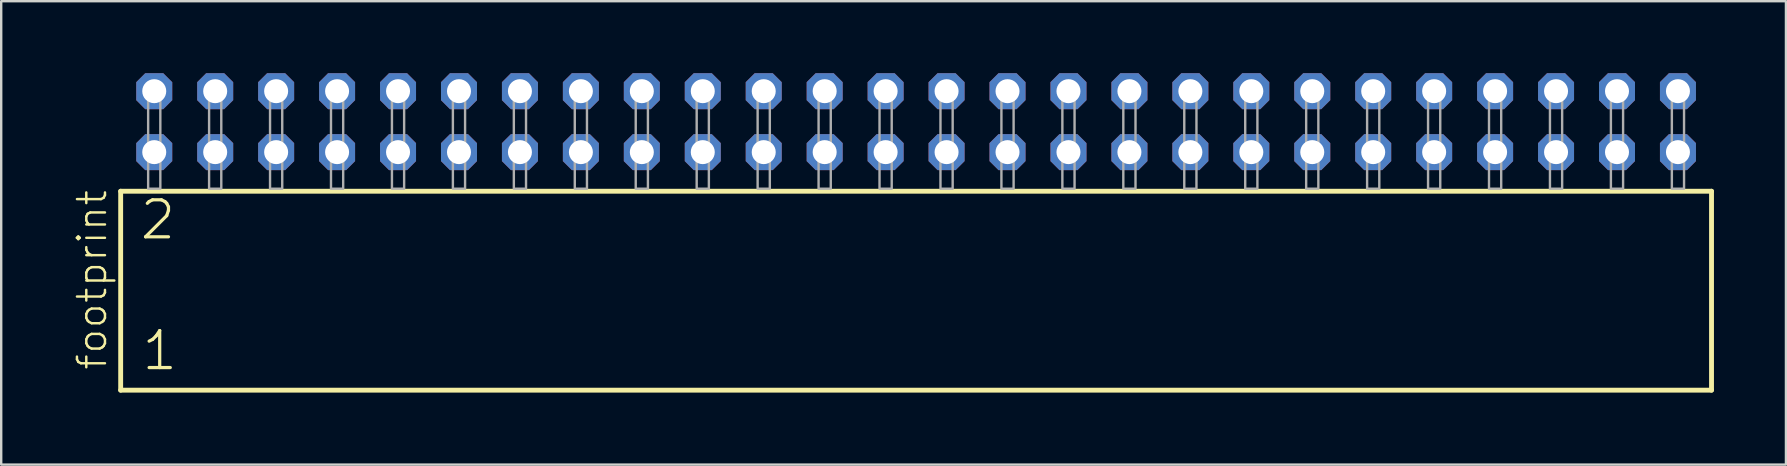
<source format=kicad_pcb>
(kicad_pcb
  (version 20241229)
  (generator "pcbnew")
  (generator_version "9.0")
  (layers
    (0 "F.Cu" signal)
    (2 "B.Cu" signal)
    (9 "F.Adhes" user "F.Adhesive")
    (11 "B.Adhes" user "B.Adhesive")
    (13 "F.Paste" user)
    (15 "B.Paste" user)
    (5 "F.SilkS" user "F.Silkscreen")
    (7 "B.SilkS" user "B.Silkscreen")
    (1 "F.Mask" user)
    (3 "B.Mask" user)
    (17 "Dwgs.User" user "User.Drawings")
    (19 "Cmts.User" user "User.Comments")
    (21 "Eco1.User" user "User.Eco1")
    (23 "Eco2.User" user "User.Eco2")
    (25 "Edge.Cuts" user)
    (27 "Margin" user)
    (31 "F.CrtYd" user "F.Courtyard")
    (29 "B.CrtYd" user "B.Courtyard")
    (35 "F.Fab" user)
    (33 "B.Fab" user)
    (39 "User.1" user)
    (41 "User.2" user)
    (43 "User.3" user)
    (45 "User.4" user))
  (footprint "footprint"
    (layer "F.Cu")
    (at 35.128 4.814)
    (property "Reference" "footprint" (at -33.655 7.62 90) (layer "F.SilkS") (effects (font (size 1.168 1.168) (thickness 0.102)) (justify left bottom)))
    (fp_line (start -33.149 0.106) (end -33.149 8.396) (stroke (width 0.203) (type solid)) (layer "F.SilkS"))
    (fp_line (start -33.149 8.396) (end 33.149 8.396) (stroke (width 0.203) (type solid)) (layer "F.SilkS"))
    (fp_line (start 33.149 0.106) (end -33.149 0.106) (stroke (width 0.203) (type solid)) (layer "F.SilkS"))
    (fp_line (start 33.149 8.396) (end 33.149 0.106) (stroke (width 0.203) (type solid)) (layer "F.SilkS"))
    (fp_poly (pts (xy -32.004 0) (xy -31.496 0) (xy -31.496 -4.318) (xy -32.004 -4.318)) (stroke (width 0.1) (type solid)) (fill no) (layer "F.Fab"))
    (fp_poly (pts (xy -29.464 0) (xy -28.956 0) (xy -28.956 -4.318) (xy -29.464 -4.318)) (stroke (width 0.1) (type solid)) (fill no) (layer "F.Fab"))
    (fp_poly (pts (xy -26.924 0) (xy -26.416 0) (xy -26.416 -4.318) (xy -26.924 -4.318)) (stroke (width 0.1) (type solid)) (fill no) (layer "F.Fab"))
    (fp_poly (pts (xy -24.384 0) (xy -23.876 0) (xy -23.876 -4.318) (xy -24.384 -4.318)) (stroke (width 0.1) (type solid)) (fill no) (layer "F.Fab"))
    (fp_poly (pts (xy -21.844 0) (xy -21.336 0) (xy -21.336 -4.318) (xy -21.844 -4.318)) (stroke (width 0.1) (type solid)) (fill no) (layer "F.Fab"))
    (fp_poly (pts (xy -19.304 0) (xy -18.796 0) (xy -18.796 -4.318) (xy -19.304 -4.318)) (stroke (width 0.1) (type solid)) (fill no) (layer "F.Fab"))
    (fp_poly (pts (xy -16.764 0) (xy -16.256 0) (xy -16.256 -4.318) (xy -16.764 -4.318)) (stroke (width 0.1) (type solid)) (fill no) (layer "F.Fab"))
    (fp_poly (pts (xy -14.224 0) (xy -13.716 0) (xy -13.716 -4.318) (xy -14.224 -4.318)) (stroke (width 0.1) (type solid)) (fill no) (layer "F.Fab"))
    (fp_poly (pts (xy -11.684 0) (xy -11.176 0) (xy -11.176 -4.318) (xy -11.684 -4.318)) (stroke (width 0.1) (type solid)) (fill no) (layer "F.Fab"))
    (fp_poly (pts (xy -9.144 0) (xy -8.636 0) (xy -8.636 -4.318) (xy -9.144 -4.318)) (stroke (width 0.1) (type solid)) (fill no) (layer "F.Fab"))
    (fp_poly (pts (xy -6.604 0) (xy -6.096 0) (xy -6.096 -4.318) (xy -6.604 -4.318)) (stroke (width 0.1) (type solid)) (fill no) (layer "F.Fab"))
    (fp_poly (pts (xy -4.064 0) (xy -3.556 0) (xy -3.556 -4.318) (xy -4.064 -4.318)) (stroke (width 0.1) (type solid)) (fill no) (layer "F.Fab"))
    (fp_poly (pts (xy -1.524 0) (xy -1.016 0) (xy -1.016 -4.318) (xy -1.524 -4.318)) (stroke (width 0.1) (type solid)) (fill no) (layer "F.Fab"))
    (fp_poly (pts (xy 1.016 0) (xy 1.524 0) (xy 1.524 -4.318) (xy 1.016 -4.318)) (stroke (width 0.1) (type solid)) (fill no) (layer "F.Fab"))
    (fp_poly (pts (xy 3.556 0) (xy 4.064 0) (xy 4.064 -4.318) (xy 3.556 -4.318)) (stroke (width 0.1) (type solid)) (fill no) (layer "F.Fab"))
    (fp_poly (pts (xy 6.096 0) (xy 6.604 0) (xy 6.604 -4.318) (xy 6.096 -4.318)) (stroke (width 0.1) (type solid)) (fill no) (layer "F.Fab"))
    (fp_poly (pts (xy 8.636 0) (xy 9.144 0) (xy 9.144 -4.318) (xy 8.636 -4.318)) (stroke (width 0.1) (type solid)) (fill no) (layer "F.Fab"))
    (fp_poly (pts (xy 11.176 0) (xy 11.684 0) (xy 11.684 -4.318) (xy 11.176 -4.318)) (stroke (width 0.1) (type solid)) (fill no) (layer "F.Fab"))
    (fp_poly (pts (xy 13.716 0) (xy 14.224 0) (xy 14.224 -4.318) (xy 13.716 -4.318)) (stroke (width 0.1) (type solid)) (fill no) (layer "F.Fab"))
    (fp_poly (pts (xy 16.256 0) (xy 16.764 0) (xy 16.764 -4.318) (xy 16.256 -4.318)) (stroke (width 0.1) (type solid)) (fill no) (layer "F.Fab"))
    (fp_poly (pts (xy 18.796 0) (xy 19.304 0) (xy 19.304 -4.318) (xy 18.796 -4.318)) (stroke (width 0.1) (type solid)) (fill no) (layer "F.Fab"))
    (fp_poly (pts (xy 21.336 0) (xy 21.844 0) (xy 21.844 -4.318) (xy 21.336 -4.318)) (stroke (width 0.1) (type solid)) (fill no) (layer "F.Fab"))
    (fp_poly (pts (xy 23.876 0) (xy 24.384 0) (xy 24.384 -4.318) (xy 23.876 -4.318)) (stroke (width 0.1) (type solid)) (fill no) (layer "F.Fab"))
    (fp_poly (pts (xy 26.416 0) (xy 26.924 0) (xy 26.924 -4.318) (xy 26.416 -4.318)) (stroke (width 0.1) (type solid)) (fill no) (layer "F.Fab"))
    (fp_poly (pts (xy 28.956 0) (xy 29.464 0) (xy 29.464 -4.318) (xy 28.956 -4.318)) (stroke (width 0.1) (type solid)) (fill no) (layer "F.Fab"))
    (fp_poly (pts (xy 31.496 0) (xy 32.004 0) (xy 32.004 -4.318) (xy 31.496 -4.318)) (stroke (width 0.1) (type solid)) (fill no) (layer "F.Fab"))
    (fp_text user "2" (at -32.42 2.2 0) (layer "F.SilkS") (effects (font (size 1.542 1.542) (thickness 0.134)) (justify left bottom)))
    (fp_text user "1" (at -32.345 7.65 0) (layer "F.SilkS") (effects (font (size 1.542 1.542) (thickness 0.134)) (justify left bottom)))
    (pad "1" thru_hole roundrect (at -31.75 -1.524) (size 1.5 1.5) (drill 1) (layers "*.Cu" "*.Mask") (roundrect_rratio 0.25) (chamfer_ratio 0.25) (chamfer top_left top_right bottom_left bottom_right))
    (pad "2" thru_hole roundrect (at -31.75 -4.064) (size 1.5 1.5) (drill 1) (layers "*.Cu" "*.Mask") (roundrect_rratio 0.25) (chamfer_ratio 0.25) (chamfer top_left top_right bottom_left bottom_right))
    (pad "3" thru_hole roundrect (at -29.21 -1.524) (size 1.5 1.5) (drill 1) (layers "*.Cu" "*.Mask") (roundrect_rratio 0.25) (chamfer_ratio 0.25) (chamfer top_left top_right bottom_left bottom_right))
    (pad "4" thru_hole roundrect (at -29.21 -4.064) (size 1.5 1.5) (drill 1) (layers "*.Cu" "*.Mask") (roundrect_rratio 0.25) (chamfer_ratio 0.25) (chamfer top_left top_right bottom_left bottom_right))
    (pad "5" thru_hole roundrect (at -26.67 -1.524) (size 1.5 1.5) (drill 1) (layers "*.Cu" "*.Mask") (roundrect_rratio 0.25) (chamfer_ratio 0.25) (chamfer top_left top_right bottom_left bottom_right))
    (pad "6" thru_hole roundrect (at -26.67 -4.064) (size 1.5 1.5) (drill 1) (layers "*.Cu" "*.Mask") (roundrect_rratio 0.25) (chamfer_ratio 0.25) (chamfer top_left top_right bottom_left bottom_right))
    (pad "7" thru_hole roundrect (at -24.13 -1.524) (size 1.5 1.5) (drill 1) (layers "*.Cu" "*.Mask") (roundrect_rratio 0.25) (chamfer_ratio 0.25) (chamfer top_left top_right bottom_left bottom_right))
    (pad "8" thru_hole roundrect (at -24.13 -4.064) (size 1.5 1.5) (drill 1) (layers "*.Cu" "*.Mask") (roundrect_rratio 0.25) (chamfer_ratio 0.25) (chamfer top_left top_right bottom_left bottom_right))
    (pad "9" thru_hole roundrect (at -21.59 -1.524) (size 1.5 1.5) (drill 1) (layers "*.Cu" "*.Mask") (roundrect_rratio 0.25) (chamfer_ratio 0.25) (chamfer top_left top_right bottom_left bottom_right))
    (pad "10" thru_hole roundrect (at -21.59 -4.064) (size 1.5 1.5) (drill 1) (layers "*.Cu" "*.Mask") (roundrect_rratio 0.25) (chamfer_ratio 0.25) (chamfer top_left top_right bottom_left bottom_right))
    (pad "11" thru_hole roundrect (at -19.05 -1.524) (size 1.5 1.5) (drill 1) (layers "*.Cu" "*.Mask") (roundrect_rratio 0.25) (chamfer_ratio 0.25) (chamfer top_left top_right bottom_left bottom_right))
    (pad "12" thru_hole roundrect (at -19.05 -4.064) (size 1.5 1.5) (drill 1) (layers "*.Cu" "*.Mask") (roundrect_rratio 0.25) (chamfer_ratio 0.25) (chamfer top_left top_right bottom_left bottom_right))
    (pad "13" thru_hole roundrect (at -16.51 -1.524) (size 1.5 1.5) (drill 1) (layers "*.Cu" "*.Mask") (roundrect_rratio 0.25) (chamfer_ratio 0.25) (chamfer top_left top_right bottom_left bottom_right))
    (pad "14" thru_hole roundrect (at -16.51 -4.064) (size 1.5 1.5) (drill 1) (layers "*.Cu" "*.Mask") (roundrect_rratio 0.25) (chamfer_ratio 0.25) (chamfer top_left top_right bottom_left bottom_right))
    (pad "15" thru_hole roundrect (at -13.97 -1.524) (size 1.5 1.5) (drill 1) (layers "*.Cu" "*.Mask") (roundrect_rratio 0.25) (chamfer_ratio 0.25) (chamfer top_left top_right bottom_left bottom_right))
    (pad "16" thru_hole roundrect (at -13.97 -4.064) (size 1.5 1.5) (drill 1) (layers "*.Cu" "*.Mask") (roundrect_rratio 0.25) (chamfer_ratio 0.25) (chamfer top_left top_right bottom_left bottom_right))
    (pad "17" thru_hole roundrect (at -11.43 -1.524) (size 1.5 1.5) (drill 1) (layers "*.Cu" "*.Mask") (roundrect_rratio 0.25) (chamfer_ratio 0.25) (chamfer top_left top_right bottom_left bottom_right))
    (pad "18" thru_hole roundrect (at -11.43 -4.064) (size 1.5 1.5) (drill 1) (layers "*.Cu" "*.Mask") (roundrect_rratio 0.25) (chamfer_ratio 0.25) (chamfer top_left top_right bottom_left bottom_right))
    (pad "19" thru_hole roundrect (at -8.89 -1.524) (size 1.5 1.5) (drill 1) (layers "*.Cu" "*.Mask") (roundrect_rratio 0.25) (chamfer_ratio 0.25) (chamfer top_left top_right bottom_left bottom_right))
    (pad "20" thru_hole roundrect (at -8.89 -4.064) (size 1.5 1.5) (drill 1) (layers "*.Cu" "*.Mask") (roundrect_rratio 0.25) (chamfer_ratio 0.25) (chamfer top_left top_right bottom_left bottom_right))
    (pad "21" thru_hole roundrect (at -6.35 -1.524) (size 1.5 1.5) (drill 1) (layers "*.Cu" "*.Mask") (roundrect_rratio 0.25) (chamfer_ratio 0.25) (chamfer top_left top_right bottom_left bottom_right))
    (pad "22" thru_hole roundrect (at -6.35 -4.064) (size 1.5 1.5) (drill 1) (layers "*.Cu" "*.Mask") (roundrect_rratio 0.25) (chamfer_ratio 0.25) (chamfer top_left top_right bottom_left bottom_right))
    (pad "23" thru_hole roundrect (at -3.81 -1.524) (size 1.5 1.5) (drill 1) (layers "*.Cu" "*.Mask") (roundrect_rratio 0.25) (chamfer_ratio 0.25) (chamfer top_left top_right bottom_left bottom_right))
    (pad "24" thru_hole roundrect (at -3.81 -4.064) (size 1.5 1.5) (drill 1) (layers "*.Cu" "*.Mask") (roundrect_rratio 0.25) (chamfer_ratio 0.25) (chamfer top_left top_right bottom_left bottom_right))
    (pad "25" thru_hole roundrect (at -1.27 -1.524) (size 1.5 1.5) (drill 1) (layers "*.Cu" "*.Mask") (roundrect_rratio 0.25) (chamfer_ratio 0.25) (chamfer top_left top_right bottom_left bottom_right))
    (pad "26" thru_hole roundrect (at -1.27 -4.064) (size 1.5 1.5) (drill 1) (layers "*.Cu" "*.Mask") (roundrect_rratio 0.25) (chamfer_ratio 0.25) (chamfer top_left top_right bottom_left bottom_right))
    (pad "27" thru_hole roundrect (at 1.27 -1.524) (size 1.5 1.5) (drill 1) (layers "*.Cu" "*.Mask") (roundrect_rratio 0.25) (chamfer_ratio 0.25) (chamfer top_left top_right bottom_left bottom_right))
    (pad "28" thru_hole roundrect (at 1.27 -4.064) (size 1.5 1.5) (drill 1) (layers "*.Cu" "*.Mask") (roundrect_rratio 0.25) (chamfer_ratio 0.25) (chamfer top_left top_right bottom_left bottom_right))
    (pad "29" thru_hole roundrect (at 3.81 -1.524) (size 1.5 1.5) (drill 1) (layers "*.Cu" "*.Mask") (roundrect_rratio 0.25) (chamfer_ratio 0.25) (chamfer top_left top_right bottom_left bottom_right))
    (pad "30" thru_hole roundrect (at 3.81 -4.064) (size 1.5 1.5) (drill 1) (layers "*.Cu" "*.Mask") (roundrect_rratio 0.25) (chamfer_ratio 0.25) (chamfer top_left top_right bottom_left bottom_right))
    (pad "31" thru_hole roundrect (at 6.35 -1.524) (size 1.5 1.5) (drill 1) (layers "*.Cu" "*.Mask") (roundrect_rratio 0.25) (chamfer_ratio 0.25) (chamfer top_left top_right bottom_left bottom_right))
    (pad "32" thru_hole roundrect (at 6.35 -4.064) (size 1.5 1.5) (drill 1) (layers "*.Cu" "*.Mask") (roundrect_rratio 0.25) (chamfer_ratio 0.25) (chamfer top_left top_right bottom_left bottom_right))
    (pad "33" thru_hole roundrect (at 8.89 -1.524) (size 1.5 1.5) (drill 1) (layers "*.Cu" "*.Mask") (roundrect_rratio 0.25) (chamfer_ratio 0.25) (chamfer top_left top_right bottom_left bottom_right))
    (pad "34" thru_hole roundrect (at 8.89 -4.064) (size 1.5 1.5) (drill 1) (layers "*.Cu" "*.Mask") (roundrect_rratio 0.25) (chamfer_ratio 0.25) (chamfer top_left top_right bottom_left bottom_right))
    (pad "35" thru_hole roundrect (at 11.43 -1.524) (size 1.5 1.5) (drill 1) (layers "*.Cu" "*.Mask") (roundrect_rratio 0.25) (chamfer_ratio 0.25) (chamfer top_left top_right bottom_left bottom_right))
    (pad "36" thru_hole roundrect (at 11.43 -4.064) (size 1.5 1.5) (drill 1) (layers "*.Cu" "*.Mask") (roundrect_rratio 0.25) (chamfer_ratio 0.25) (chamfer top_left top_right bottom_left bottom_right))
    (pad "37" thru_hole roundrect (at 13.97 -1.524) (size 1.5 1.5) (drill 1) (layers "*.Cu" "*.Mask") (roundrect_rratio 0.25) (chamfer_ratio 0.25) (chamfer top_left top_right bottom_left bottom_right))
    (pad "38" thru_hole roundrect (at 13.97 -4.064) (size 1.5 1.5) (drill 1) (layers "*.Cu" "*.Mask") (roundrect_rratio 0.25) (chamfer_ratio 0.25) (chamfer top_left top_right bottom_left bottom_right))
    (pad "39" thru_hole roundrect (at 16.51 -1.524) (size 1.5 1.5) (drill 1) (layers "*.Cu" "*.Mask") (roundrect_rratio 0.25) (chamfer_ratio 0.25) (chamfer top_left top_right bottom_left bottom_right))
    (pad "40" thru_hole roundrect (at 16.51 -4.064) (size 1.5 1.5) (drill 1) (layers "*.Cu" "*.Mask") (roundrect_rratio 0.25) (chamfer_ratio 0.25) (chamfer top_left top_right bottom_left bottom_right))
    (pad "41" thru_hole roundrect (at 19.05 -1.524) (size 1.5 1.5) (drill 1) (layers "*.Cu" "*.Mask") (roundrect_rratio 0.25) (chamfer_ratio 0.25) (chamfer top_left top_right bottom_left bottom_right))
    (pad "42" thru_hole roundrect (at 19.05 -4.064) (size 1.5 1.5) (drill 1) (layers "*.Cu" "*.Mask") (roundrect_rratio 0.25) (chamfer_ratio 0.25) (chamfer top_left top_right bottom_left bottom_right))
    (pad "43" thru_hole roundrect (at 21.59 -1.524) (size 1.5 1.5) (drill 1) (layers "*.Cu" "*.Mask") (roundrect_rratio 0.25) (chamfer_ratio 0.25) (chamfer top_left top_right bottom_left bottom_right))
    (pad "44" thru_hole roundrect (at 21.59 -4.064) (size 1.5 1.5) (drill 1) (layers "*.Cu" "*.Mask") (roundrect_rratio 0.25) (chamfer_ratio 0.25) (chamfer top_left top_right bottom_left bottom_right))
    (pad "45" thru_hole roundrect (at 24.13 -1.524) (size 1.5 1.5) (drill 1) (layers "*.Cu" "*.Mask") (roundrect_rratio 0.25) (chamfer_ratio 0.25) (chamfer top_left top_right bottom_left bottom_right))
    (pad "46" thru_hole roundrect (at 24.13 -4.064) (size 1.5 1.5) (drill 1) (layers "*.Cu" "*.Mask") (roundrect_rratio 0.25) (chamfer_ratio 0.25) (chamfer top_left top_right bottom_left bottom_right))
    (pad "47" thru_hole roundrect (at 26.67 -1.524) (size 1.5 1.5) (drill 1) (layers "*.Cu" "*.Mask") (roundrect_rratio 0.25) (chamfer_ratio 0.25) (chamfer top_left top_right bottom_left bottom_right))
    (pad "48" thru_hole roundrect (at 26.67 -4.064) (size 1.5 1.5) (drill 1) (layers "*.Cu" "*.Mask") (roundrect_rratio 0.25) (chamfer_ratio 0.25) (chamfer top_left top_right bottom_left bottom_right))
    (pad "49" thru_hole roundrect (at 29.21 -1.524) (size 1.5 1.5) (drill 1) (layers "*.Cu" "*.Mask") (roundrect_rratio 0.25) (chamfer_ratio 0.25) (chamfer top_left top_right bottom_left bottom_right))
    (pad "50" thru_hole roundrect (at 29.21 -4.064) (size 1.5 1.5) (drill 1) (layers "*.Cu" "*.Mask") (roundrect_rratio 0.25) (chamfer_ratio 0.25) (chamfer top_left top_right bottom_left bottom_right))
    (pad "51" thru_hole roundrect (at 31.75 -1.524) (size 1.5 1.5) (drill 1) (layers "*.Cu" "*.Mask") (roundrect_rratio 0.25) (chamfer_ratio 0.25) (chamfer top_left top_right bottom_left bottom_right))
    (pad "52" thru_hole roundrect (at 31.75 -4.064) (size 1.5 1.5) (drill 1) (layers "*.Cu" "*.Mask") (roundrect_rratio 0.25) (chamfer_ratio 0.25) (chamfer top_left top_right bottom_left bottom_right)))
  (gr_rect
    (start -3 -3)
    (end 71.379 16.312)
    (stroke (width 0.1) (type default))
    (fill no)
    (layer "Edge.Cuts")))
</source>
